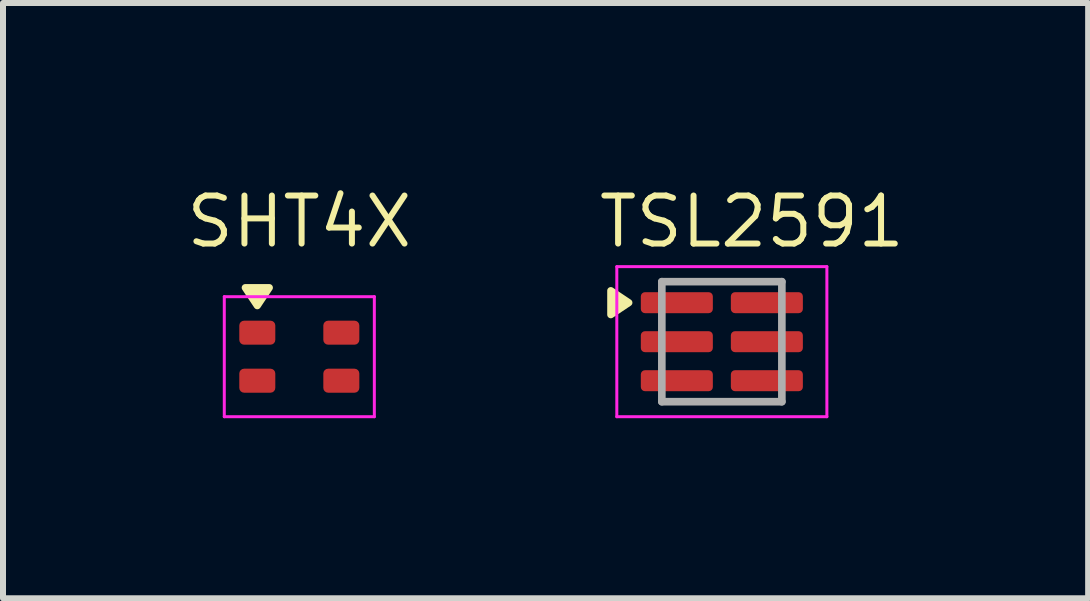
<source format=kicad_pcb>
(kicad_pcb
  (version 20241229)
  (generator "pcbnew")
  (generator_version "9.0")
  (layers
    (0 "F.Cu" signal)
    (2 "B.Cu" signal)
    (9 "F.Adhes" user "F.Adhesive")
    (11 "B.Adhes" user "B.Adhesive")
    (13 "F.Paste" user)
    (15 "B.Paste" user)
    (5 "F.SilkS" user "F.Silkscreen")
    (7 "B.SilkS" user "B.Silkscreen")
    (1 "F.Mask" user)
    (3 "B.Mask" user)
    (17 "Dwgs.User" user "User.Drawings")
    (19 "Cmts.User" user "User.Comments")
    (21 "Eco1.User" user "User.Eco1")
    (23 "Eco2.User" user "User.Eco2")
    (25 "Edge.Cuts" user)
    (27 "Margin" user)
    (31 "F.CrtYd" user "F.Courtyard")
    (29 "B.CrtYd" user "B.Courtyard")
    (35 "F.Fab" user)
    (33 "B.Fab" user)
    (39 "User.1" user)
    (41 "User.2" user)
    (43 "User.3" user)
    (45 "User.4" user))
  (footprint "TSL2591"
    (layer "F.Cu")
    (at 8.977 2.643)
    (property "Reference" "TSL2591" (at 0.5 -2 180) (layer "F.SilkS") (effects (font (size 0.8 0.8) (thickness 0.1))))
    (attr smd)
    (fp_poly (pts (xy -1.85 -0.45) (xy -1.85 -0.85) (xy -1.55 -0.65)) (stroke (width 0.12) (type solid)) (fill yes) (layer "F.SilkS"))
    (fp_line (start -1.75 -1.25) (end -1.75 1.25) (stroke (width 0.05) (type solid)) (layer "F.CrtYd"))
    (fp_line (start -1.75 1.25) (end 1.75 1.25) (stroke (width 0.05) (type solid)) (layer "F.CrtYd"))
    (fp_line (start 1.75 -1.25) (end -1.75 -1.25) (stroke (width 0.05) (type solid)) (layer "F.CrtYd"))
    (fp_line (start 1.75 1.25) (end 1.75 -1.25) (stroke (width 0.05) (type solid)) (layer "F.CrtYd"))
    (fp_line (start -1 -1) (end -1 1) (stroke (width 0.127) (type solid)) (layer "F.Fab"))
    (fp_line (start -1 1) (end 1 1) (stroke (width 0.127) (type solid)) (layer "F.Fab"))
    (fp_line (start 1 -1) (end -1 -1) (stroke (width 0.127) (type solid)) (layer "F.Fab"))
    (fp_line (start 1 1) (end 1 -1) (stroke (width 0.127) (type solid)) (layer "F.Fab"))
    (pad "1" smd roundrect (at -0.75 -0.65) (size 1.2 0.35) (layers "F.Cu" "F.Mask" "F.Paste") (roundrect_rratio 0.2))
    (pad "2" smd roundrect (at -0.75 0) (size 1.2 0.35) (layers "F.Cu" "F.Mask" "F.Paste") (roundrect_rratio 0.2))
    (pad "3" smd roundrect (at -0.75 0.65) (size 1.2 0.35) (layers "F.Cu" "F.Mask" "F.Paste") (roundrect_rratio 0.2))
    (pad "4" smd roundrect (at 0.75 0.65) (size 1.2 0.35) (layers "F.Cu" "F.Mask" "F.Paste") (roundrect_rratio 0.2))
    (pad "5" smd roundrect (at 0.75 0) (size 1.2 0.35) (layers "F.Cu" "F.Mask" "F.Paste") (roundrect_rratio 0.2))
    (pad "6" smd roundrect (at 0.75 -0.65) (size 1.2 0.35) (layers "F.Cu" "F.Mask" "F.Paste") (roundrect_rratio 0.2)))
  (footprint "SHT4X"
    (layer "F.Cu")
    (at 1.937 2.893)
    (property "Reference" "SHT4X" (at 0 -2.25 0) (layer "F.SilkS") (effects (font (size 0.8 0.8) (thickness 0.1))))
    (attr smd)
    (fp_poly (pts (xy -0.9 -1.15) (xy -0.5 -1.15) (xy -0.7 -0.85)) (stroke (width 0.12) (type solid)) (fill yes) (layer "F.SilkS"))
    (fp_line (start -1.25 -1) (end -1.25 1) (stroke (width 0.05) (type solid)) (layer "F.CrtYd"))
    (fp_line (start -1.25 1) (end 1.25 1) (stroke (width 0.05) (type solid)) (layer "F.CrtYd"))
    (fp_line (start 1.25 -1) (end -1.25 -1) (stroke (width 0.05) (type solid)) (layer "F.CrtYd"))
    (fp_line (start 1.25 1) (end 1.25 -1) (stroke (width 0.05) (type solid)) (layer "F.CrtYd"))
    (pad "1" smd roundrect (at -0.7 -0.4) (size 0.6 0.4) (layers "F.Cu" "F.Mask" "F.Paste") (roundrect_rratio 0.2))
    (pad "2" smd roundrect (at -0.7 0.4) (size 0.6 0.4) (layers "F.Cu" "F.Mask" "F.Paste") (roundrect_rratio 0.2))
    (pad "3" smd roundrect (at 0.7 0.4) (size 0.6 0.4) (layers "F.Cu" "F.Mask" "F.Paste") (roundrect_rratio 0.2))
    (pad "4" smd roundrect (at 0.7 -0.4) (size 0.6 0.4) (layers "F.Cu" "F.Mask" "F.Paste") (roundrect_rratio 0.2)))
  (gr_rect
    (start -3 -3)
    (end 15.08 6.918)
    (stroke (width 0.1) (type default))
    (fill no)
    (layer "Edge.Cuts")))
</source>
